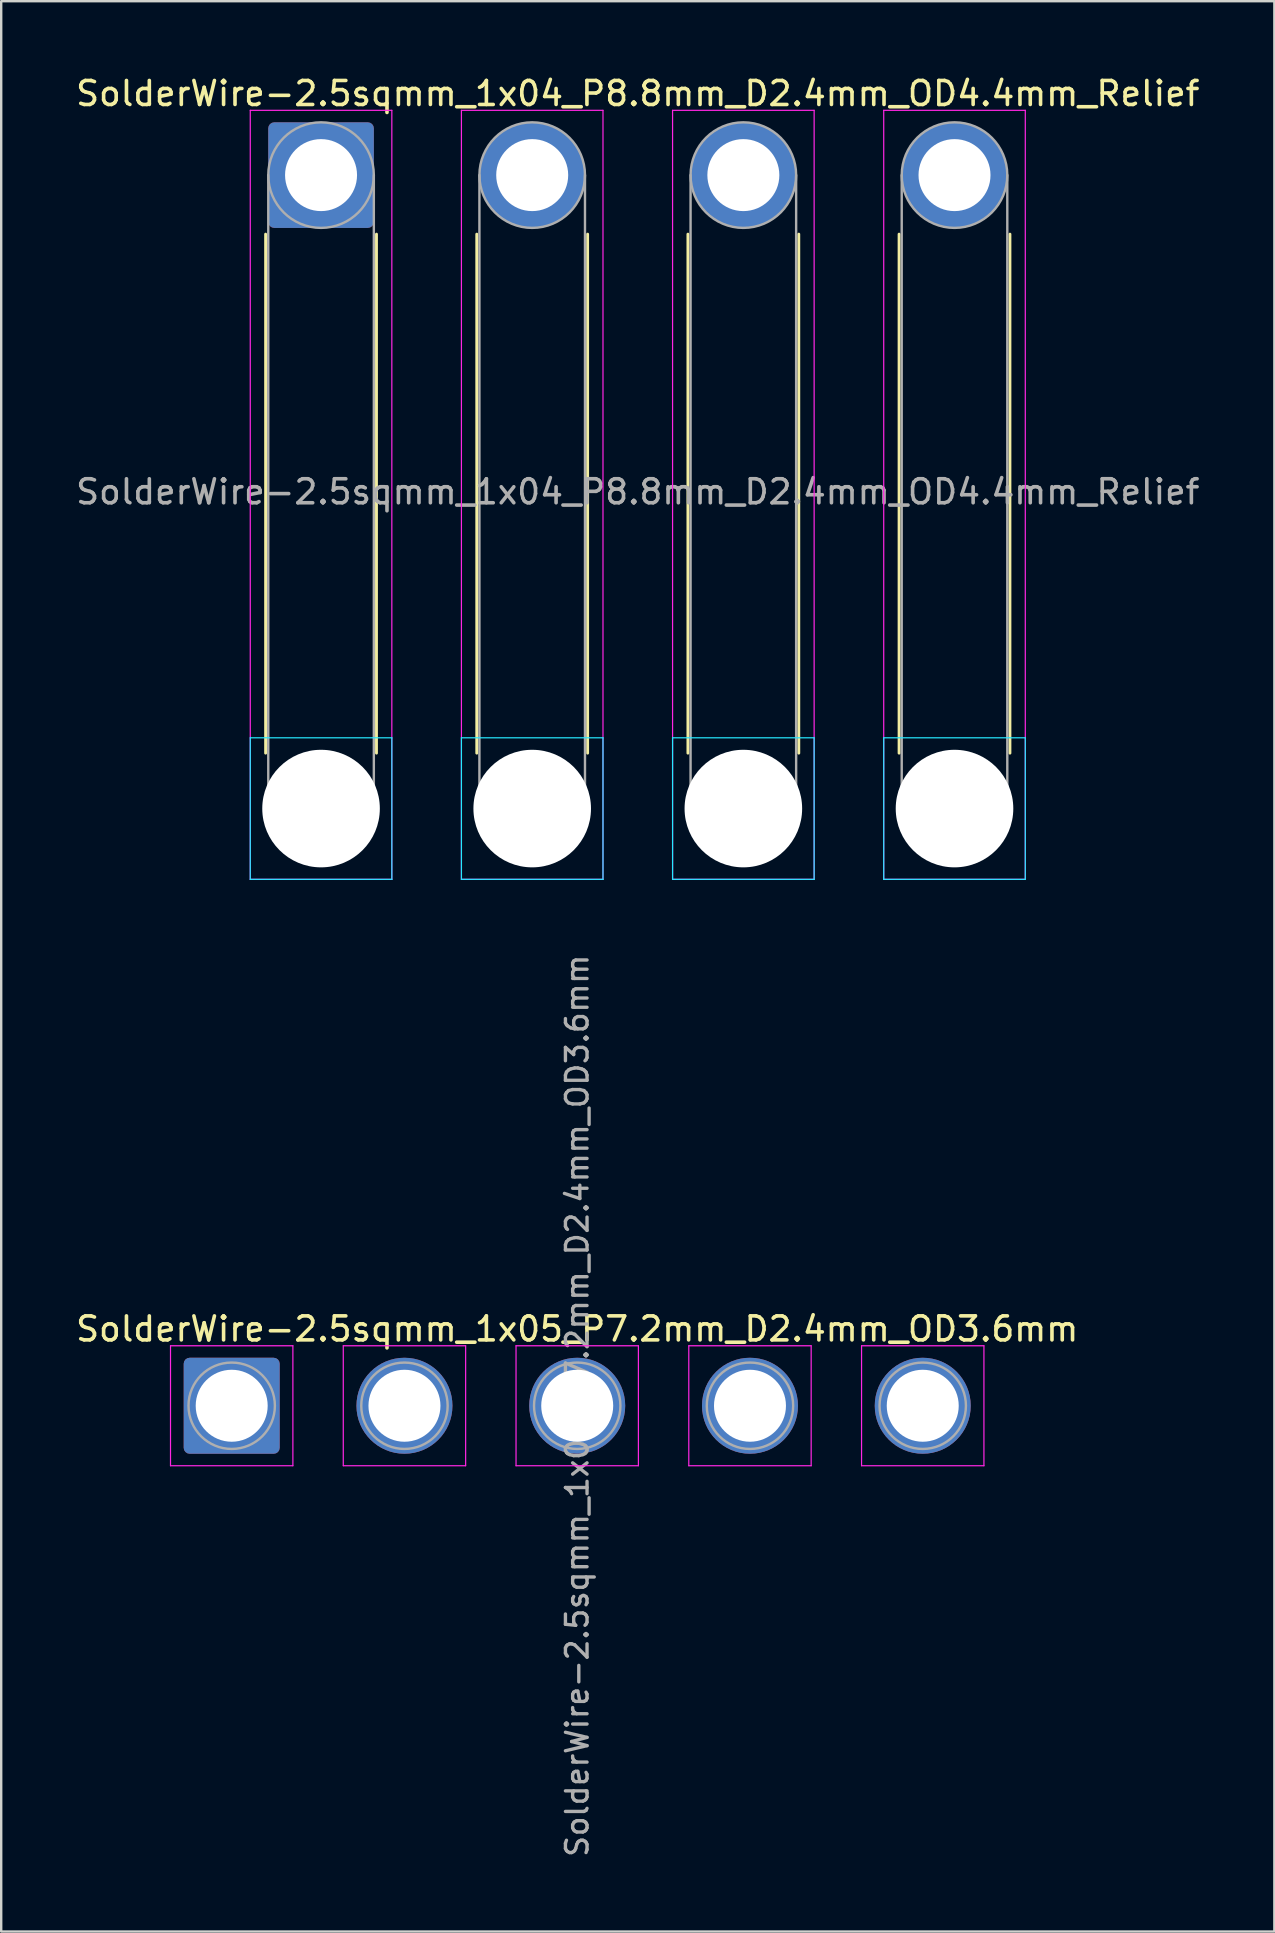
<source format=kicad_pcb>
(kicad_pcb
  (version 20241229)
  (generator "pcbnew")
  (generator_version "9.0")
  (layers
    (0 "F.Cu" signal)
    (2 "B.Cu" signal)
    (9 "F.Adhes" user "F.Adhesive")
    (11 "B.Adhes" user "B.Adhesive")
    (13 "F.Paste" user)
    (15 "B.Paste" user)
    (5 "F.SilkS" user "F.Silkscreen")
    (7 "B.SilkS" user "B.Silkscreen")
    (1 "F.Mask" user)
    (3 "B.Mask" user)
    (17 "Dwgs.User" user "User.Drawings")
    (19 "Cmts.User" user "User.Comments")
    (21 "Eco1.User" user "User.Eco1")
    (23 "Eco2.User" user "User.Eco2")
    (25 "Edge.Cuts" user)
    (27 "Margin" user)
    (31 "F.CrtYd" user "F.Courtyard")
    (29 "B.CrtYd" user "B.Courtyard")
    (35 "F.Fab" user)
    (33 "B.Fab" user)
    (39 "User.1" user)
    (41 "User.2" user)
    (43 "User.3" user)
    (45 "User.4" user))
  (footprint "SolderWire-2.5sqmm_1x04_P8.8mm_D2.4mm_OD4.4mm_Relief"
    (layer "F.Cu")
    (at 10.33 4.248)
    (property "Reference" "SolderWire-2.5sqmm_1x04_P8.8mm_D2.4mm_OD4.4mm_Relief" (at 13.2 -3.4 0) (layer "F.SilkS") (effects (font (size 1 1) (thickness 0.15))))
    (attr exclude_from_pos_files exclude_from_bom)
    (fp_line (start -2.31 2.46) (end -2.31 24.09) (stroke (width 0.12) (type solid)) (layer "F.SilkS"))
    (fp_line (start 2.31 2.46) (end 2.31 24.09) (stroke (width 0.12) (type solid)) (layer "F.SilkS"))
    (fp_line (start 6.49 2.46) (end 6.49 24.09) (stroke (width 0.12) (type solid)) (layer "F.SilkS"))
    (fp_line (start 11.11 2.46) (end 11.11 24.09) (stroke (width 0.12) (type solid)) (layer "F.SilkS"))
    (fp_line (start 15.29 2.46) (end 15.29 24.09) (stroke (width 0.12) (type solid)) (layer "F.SilkS"))
    (fp_line (start 19.91 2.46) (end 19.91 24.09) (stroke (width 0.12) (type solid)) (layer "F.SilkS"))
    (fp_line (start 24.09 2.46) (end 24.09 24.09) (stroke (width 0.12) (type solid)) (layer "F.SilkS"))
    (fp_line (start 28.71 2.46) (end 28.71 24.09) (stroke (width 0.12) (type solid)) (layer "F.SilkS"))
    (fp_line (start -2.95 23.45) (end -2.95 29.35) (stroke (width 0.05) (type solid)) (layer "B.CrtYd"))
    (fp_line (start -2.95 29.35) (end 2.95 29.35) (stroke (width 0.05) (type solid)) (layer "B.CrtYd"))
    (fp_line (start 2.95 23.45) (end -2.95 23.45) (stroke (width 0.05) (type solid)) (layer "B.CrtYd"))
    (fp_line (start 2.95 29.35) (end 2.95 23.45) (stroke (width 0.05) (type solid)) (layer "B.CrtYd"))
    (fp_line (start 5.85 23.45) (end 5.85 29.35) (stroke (width 0.05) (type solid)) (layer "B.CrtYd"))
    (fp_line (start 5.85 29.35) (end 11.75 29.35) (stroke (width 0.05) (type solid)) (layer "B.CrtYd"))
    (fp_line (start 11.75 23.45) (end 5.85 23.45) (stroke (width 0.05) (type solid)) (layer "B.CrtYd"))
    (fp_line (start 11.75 29.35) (end 11.75 23.45) (stroke (width 0.05) (type solid)) (layer "B.CrtYd"))
    (fp_line (start 14.65 23.45) (end 14.65 29.35) (stroke (width 0.05) (type solid)) (layer "B.CrtYd"))
    (fp_line (start 14.65 29.35) (end 20.55 29.35) (stroke (width 0.05) (type solid)) (layer "B.CrtYd"))
    (fp_line (start 20.55 23.45) (end 14.65 23.45) (stroke (width 0.05) (type solid)) (layer "B.CrtYd"))
    (fp_line (start 20.55 29.35) (end 20.55 23.45) (stroke (width 0.05) (type solid)) (layer "B.CrtYd"))
    (fp_line (start 23.45 23.45) (end 23.45 29.35) (stroke (width 0.05) (type solid)) (layer "B.CrtYd"))
    (fp_line (start 23.45 29.35) (end 29.35 29.35) (stroke (width 0.05) (type solid)) (layer "B.CrtYd"))
    (fp_line (start 29.35 23.45) (end 23.45 23.45) (stroke (width 0.05) (type solid)) (layer "B.CrtYd"))
    (fp_line (start 29.35 29.35) (end 29.35 23.45) (stroke (width 0.05) (type solid)) (layer "B.CrtYd"))
    (fp_line (start -2.95 -2.7) (end -2.95 29.35) (stroke (width 0.05) (type solid)) (layer "F.CrtYd"))
    (fp_line (start -2.95 29.35) (end 2.95 29.35) (stroke (width 0.05) (type solid)) (layer "F.CrtYd"))
    (fp_line (start 2.95 -2.7) (end -2.95 -2.7) (stroke (width 0.05) (type solid)) (layer "F.CrtYd"))
    (fp_line (start 2.95 29.35) (end 2.95 -2.7) (stroke (width 0.05) (type solid)) (layer "F.CrtYd"))
    (fp_line (start 5.85 -2.7) (end 5.85 29.35) (stroke (width 0.05) (type solid)) (layer "F.CrtYd"))
    (fp_line (start 5.85 29.35) (end 11.75 29.35) (stroke (width 0.05) (type solid)) (layer "F.CrtYd"))
    (fp_line (start 11.75 -2.7) (end 5.85 -2.7) (stroke (width 0.05) (type solid)) (layer "F.CrtYd"))
    (fp_line (start 11.75 29.35) (end 11.75 -2.7) (stroke (width 0.05) (type solid)) (layer "F.CrtYd"))
    (fp_line (start 14.65 -2.7) (end 14.65 29.35) (stroke (width 0.05) (type solid)) (layer "F.CrtYd"))
    (fp_line (start 14.65 29.35) (end 20.55 29.35) (stroke (width 0.05) (type solid)) (layer "F.CrtYd"))
    (fp_line (start 20.55 -2.7) (end 14.65 -2.7) (stroke (width 0.05) (type solid)) (layer "F.CrtYd"))
    (fp_line (start 20.55 29.35) (end 20.55 -2.7) (stroke (width 0.05) (type solid)) (layer "F.CrtYd"))
    (fp_line (start 23.45 -2.7) (end 23.45 29.35) (stroke (width 0.05) (type solid)) (layer "F.CrtYd"))
    (fp_line (start 23.45 29.35) (end 29.35 29.35) (stroke (width 0.05) (type solid)) (layer "F.CrtYd"))
    (fp_line (start 29.35 -2.7) (end 23.45 -2.7) (stroke (width 0.05) (type solid)) (layer "F.CrtYd"))
    (fp_line (start 29.35 29.35) (end 29.35 -2.7) (stroke (width 0.05) (type solid)) (layer "F.CrtYd"))
    (fp_line (start -2.2 0) (end -2.2 26.4) (stroke (width 0.1) (type solid)) (layer "F.Fab"))
    (fp_line (start 2.2 0) (end 2.2 26.4) (stroke (width 0.1) (type solid)) (layer "F.Fab"))
    (fp_line (start 6.6 0) (end 6.6 26.4) (stroke (width 0.1) (type solid)) (layer "F.Fab"))
    (fp_line (start 11 0) (end 11 26.4) (stroke (width 0.1) (type solid)) (layer "F.Fab"))
    (fp_line (start 15.4 0) (end 15.4 26.4) (stroke (width 0.1) (type solid)) (layer "F.Fab"))
    (fp_line (start 19.8 0) (end 19.8 26.4) (stroke (width 0.1) (type solid)) (layer "F.Fab"))
    (fp_line (start 24.2 0) (end 24.2 26.4) (stroke (width 0.1) (type solid)) (layer "F.Fab"))
    (fp_line (start 28.6 0) (end 28.6 26.4) (stroke (width 0.1) (type solid)) (layer "F.Fab"))
    (fp_circle (center 0 0) (end 2.2 0) (stroke (width 0.1) (type solid)) (fill no) (layer "F.Fab"))
    (fp_circle (center 0 26.4) (end 2.2 26.4) (stroke (width 0.1) (type solid)) (fill no) (layer "F.Fab"))
    (fp_circle (center 8.8 0) (end 11 0) (stroke (width 0.1) (type solid)) (fill no) (layer "F.Fab"))
    (fp_circle (center 8.8 26.4) (end 11 26.4) (stroke (width 0.1) (type solid)) (fill no) (layer "F.Fab"))
    (fp_circle (center 17.6 0) (end 19.8 0) (stroke (width 0.1) (type solid)) (fill no) (layer "F.Fab"))
    (fp_circle (center 17.6 26.4) (end 19.8 26.4) (stroke (width 0.1) (type solid)) (fill no) (layer "F.Fab"))
    (fp_circle (center 26.4 0) (end 28.6 0) (stroke (width 0.1) (type solid)) (fill no) (layer "F.Fab"))
    (fp_circle (center 26.4 26.4) (end 28.6 26.4) (stroke (width 0.1) (type solid)) (fill no) (layer "F.Fab"))
    (fp_text user "${REFERENCE}" (at 13.2 13.2 0) (layer "F.Fab") (effects (font (size 1 1) (thickness 0.15))))
    (pad "" np_thru_hole circle (at 0 26.4) (size 4.9 4.9) (drill 4.9) (layers "*.Cu" "*.Mask"))
    (pad "" np_thru_hole circle (at 8.8 26.4) (size 4.9 4.9) (drill 4.9) (layers "*.Cu" "*.Mask"))
    (pad "" np_thru_hole circle (at 17.6 26.4) (size 4.9 4.9) (drill 4.9) (layers "*.Cu" "*.Mask"))
    (pad "" np_thru_hole circle (at 26.4 26.4) (size 4.9 4.9) (drill 4.9) (layers "*.Cu" "*.Mask"))
    (pad "1" thru_hole roundrect (at 0 0) (size 4.4 4.4) (drill 3) (layers "*.Cu" "*.Mask") (roundrect_rratio 0.057))
    (pad "2" thru_hole circle (at 8.8 0) (size 4.4 4.4) (drill 3) (layers "*.Cu" "*.Mask"))
    (pad "3" thru_hole circle (at 17.6 0) (size 4.4 4.4) (drill 3) (layers "*.Cu" "*.Mask"))
    (pad "4" thru_hole circle (at 26.4 0) (size 4.4 4.4) (drill 3) (layers "*.Cu" "*.Mask")))
  (footprint "SolderWire-2.5sqmm_1x05_P7.2mm_D2.4mm_OD3.6mm"
    (layer "F.Cu")
    (at 6.606 55.536)
    (property "Reference" "SolderWire-2.5sqmm_1x05_P7.2mm_D2.4mm_OD3.6mm" (at 14.4 -3.2 0) (layer "F.SilkS") (effects (font (size 1 1) (thickness 0.15))))
    (attr exclude_from_pos_files exclude_from_bom)
    (fp_line (start -2.55 -2.5) (end -2.55 2.5) (stroke (width 0.05) (type solid)) (layer "F.CrtYd"))
    (fp_line (start -2.55 2.5) (end 2.55 2.5) (stroke (width 0.05) (type solid)) (layer "F.CrtYd"))
    (fp_line (start 2.55 -2.5) (end -2.55 -2.5) (stroke (width 0.05) (type solid)) (layer "F.CrtYd"))
    (fp_line (start 2.55 2.5) (end 2.55 -2.5) (stroke (width 0.05) (type solid)) (layer "F.CrtYd"))
    (fp_line (start 4.65 -2.5) (end 4.65 2.5) (stroke (width 0.05) (type solid)) (layer "F.CrtYd"))
    (fp_line (start 4.65 2.5) (end 9.75 2.5) (stroke (width 0.05) (type solid)) (layer "F.CrtYd"))
    (fp_line (start 9.75 -2.5) (end 4.65 -2.5) (stroke (width 0.05) (type solid)) (layer "F.CrtYd"))
    (fp_line (start 9.75 2.5) (end 9.75 -2.5) (stroke (width 0.05) (type solid)) (layer "F.CrtYd"))
    (fp_line (start 11.85 -2.5) (end 11.85 2.5) (stroke (width 0.05) (type solid)) (layer "F.CrtYd"))
    (fp_line (start 11.85 2.5) (end 16.95 2.5) (stroke (width 0.05) (type solid)) (layer "F.CrtYd"))
    (fp_line (start 16.95 -2.5) (end 11.85 -2.5) (stroke (width 0.05) (type solid)) (layer "F.CrtYd"))
    (fp_line (start 16.95 2.5) (end 16.95 -2.5) (stroke (width 0.05) (type solid)) (layer "F.CrtYd"))
    (fp_line (start 19.05 -2.5) (end 19.05 2.5) (stroke (width 0.05) (type solid)) (layer "F.CrtYd"))
    (fp_line (start 19.05 2.5) (end 24.15 2.5) (stroke (width 0.05) (type solid)) (layer "F.CrtYd"))
    (fp_line (start 24.15 -2.5) (end 19.05 -2.5) (stroke (width 0.05) (type solid)) (layer "F.CrtYd"))
    (fp_line (start 24.15 2.5) (end 24.15 -2.5) (stroke (width 0.05) (type solid)) (layer "F.CrtYd"))
    (fp_line (start 26.25 -2.5) (end 26.25 2.5) (stroke (width 0.05) (type solid)) (layer "F.CrtYd"))
    (fp_line (start 26.25 2.5) (end 31.35 2.5) (stroke (width 0.05) (type solid)) (layer "F.CrtYd"))
    (fp_line (start 31.35 -2.5) (end 26.25 -2.5) (stroke (width 0.05) (type solid)) (layer "F.CrtYd"))
    (fp_line (start 31.35 2.5) (end 31.35 -2.5) (stroke (width 0.05) (type solid)) (layer "F.CrtYd"))
    (fp_circle (center 0 0) (end 1.8 0) (stroke (width 0.1) (type solid)) (fill no) (layer "F.Fab"))
    (fp_circle (center 7.2 0) (end 9 0) (stroke (width 0.1) (type solid)) (fill no) (layer "F.Fab"))
    (fp_circle (center 14.4 0) (end 16.2 0) (stroke (width 0.1) (type solid)) (fill no) (layer "F.Fab"))
    (fp_circle (center 21.6 0) (end 23.4 0) (stroke (width 0.1) (type solid)) (fill no) (layer "F.Fab"))
    (fp_circle (center 28.8 0) (end 30.6 0) (stroke (width 0.1) (type solid)) (fill no) (layer "F.Fab"))
    (fp_text user "${REFERENCE}" (at 14.4 0 90) (layer "F.Fab") (effects (font (size 0.9 0.9) (thickness 0.14))))
    (pad "1" thru_hole roundrect (at 0 0) (size 4 4) (drill 3) (layers "*.Cu" "*.Mask") (roundrect_rratio 0.062))
    (pad "2" thru_hole circle (at 7.2 0) (size 4 4) (drill 3) (layers "*.Cu" "*.Mask"))
    (pad "3" thru_hole circle (at 14.4 0) (size 4 4) (drill 3) (layers "*.Cu" "*.Mask"))
    (pad "4" thru_hole circle (at 21.6 0) (size 4 4) (drill 3) (layers "*.Cu" "*.Mask"))
    (pad "5" thru_hole circle (at 28.8 0) (size 4 4) (drill 3) (layers "*.Cu" "*.Mask")))
  (gr_rect
    (start -3 -3)
    (end 50.06 77.449)
    (stroke (width 0.1) (type default))
    (fill no)
    (layer "Edge.Cuts")))
</source>
